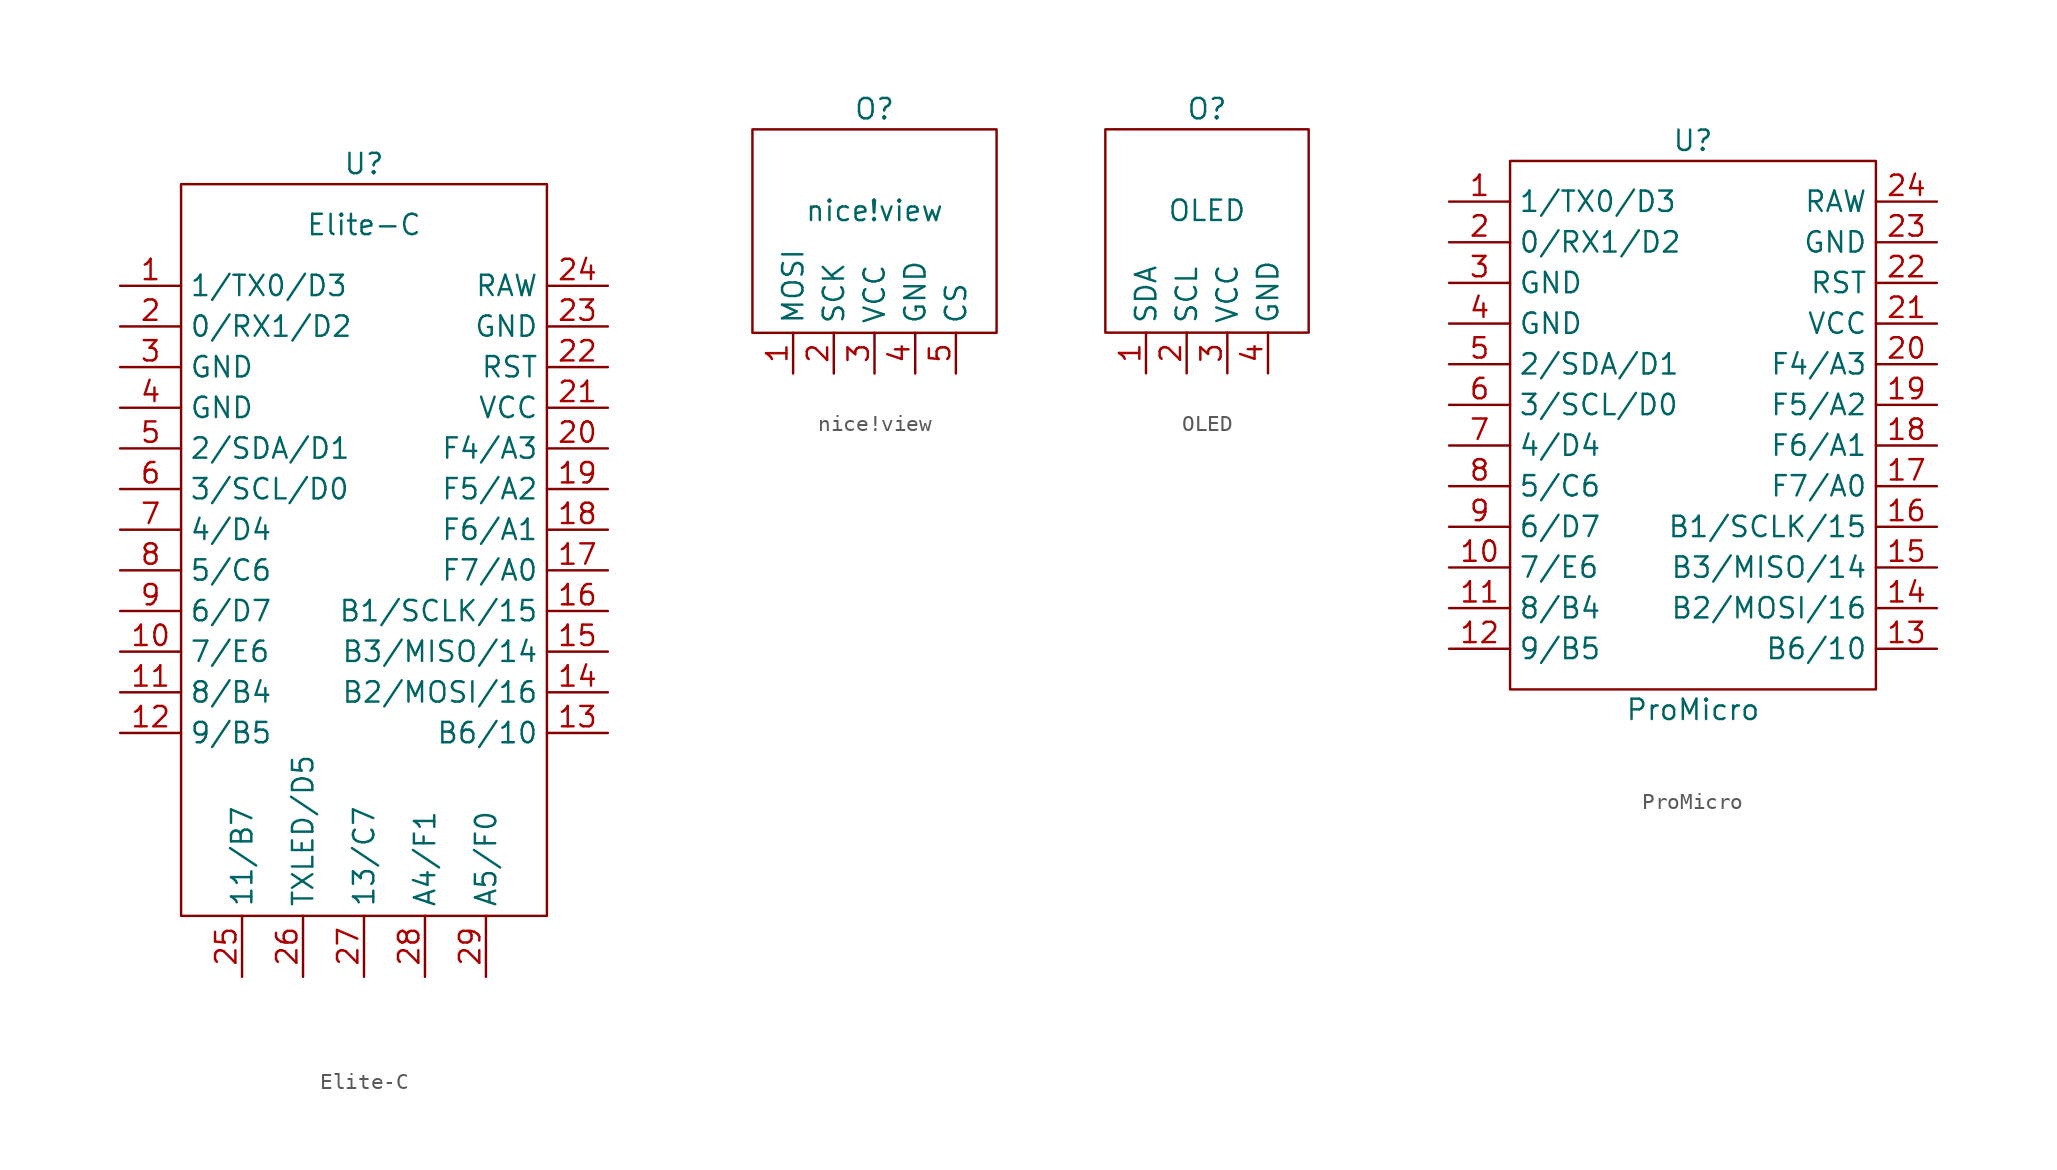
<source format=kicad_sym>
(kicad_symbol_lib
  (version 20211014)
  (generator kicad_symbol_editor)
  (symbol "Elite-C"
    (property "Reference" "U"
      (at 0 21.59 0)
      (effects (font (size 1.27 1.27))))
    (property "Value" "Elite-C"
      (at 0 17.78 0)
      (effects (font (size 1.27 1.27))))
    (symbol "Elite-C_0_1"
      (rectangle (start -11.43 20.32) (end 11.43 -25.4) (stroke (width 0) (type default) (color 0 0 0 0)) (fill (type none))))
    (symbol "Elite-C_1_1"
      (pin bidirectional line (at -15.24 13.97 0) (length 3.81) (name "1/TX0/D3" (effects (font (size 1.27 1.27)))) (number "1" (effects (font (size 1.27 1.27)))))
      (pin bidirectional line (at -15.24 -8.89 0) (length 3.81) (name "7/E6" (effects (font (size 1.27 1.27)))) (number "10" (effects (font (size 1.27 1.27)))))
      (pin bidirectional line (at -15.24 -11.43 0) (length 3.81) (name "8/B4" (effects (font (size 1.27 1.27)))) (number "11" (effects (font (size 1.27 1.27)))))
      (pin bidirectional line (at -15.24 -13.97 0) (length 3.81) (name "9/B5" (effects (font (size 1.27 1.27)))) (number "12" (effects (font (size 1.27 1.27)))))
      (pin bidirectional line (at 15.24 -13.97 180) (length 3.81) (name "B6/10" (effects (font (size 1.27 1.27)))) (number "13" (effects (font (size 1.27 1.27)))))
      (pin bidirectional line (at 15.24 -11.43 180) (length 3.81) (name "B2/MOSI/16" (effects (font (size 1.27 1.27)))) (number "14" (effects (font (size 1.27 1.27)))))
      (pin bidirectional line (at 15.24 -8.89 180) (length 3.81) (name "B3/MISO/14" (effects (font (size 1.27 1.27)))) (number "15" (effects (font (size 1.27 1.27)))))
      (pin bidirectional line (at 15.24 -6.35 180) (length 3.81) (name "B1/SCLK/15" (effects (font (size 1.27 1.27)))) (number "16" (effects (font (size 1.27 1.27)))))
      (pin bidirectional line (at 15.24 -3.81 180) (length 3.81) (name "F7/A0" (effects (font (size 1.27 1.27)))) (number "17" (effects (font (size 1.27 1.27)))))
      (pin bidirectional line (at 15.24 -1.27 180) (length 3.81) (name "F6/A1" (effects (font (size 1.27 1.27)))) (number "18" (effects (font (size 1.27 1.27)))))
      (pin bidirectional line (at 15.24 1.27 180) (length 3.81) (name "F5/A2" (effects (font (size 1.27 1.27)))) (number "19" (effects (font (size 1.27 1.27)))))
      (pin bidirectional line (at -15.24 11.43 0) (length 3.81) (name "0/RX1/D2" (effects (font (size 1.27 1.27)))) (number "2" (effects (font (size 1.27 1.27)))))
      (pin bidirectional line (at 15.24 3.81 180) (length 3.81) (name "F4/A3" (effects (font (size 1.27 1.27)))) (number "20" (effects (font (size 1.27 1.27)))))
      (pin power_in line (at 15.24 6.35 180) (length 3.81) (name "VCC" (effects (font (size 1.27 1.27)))) (number "21" (effects (font (size 1.27 1.27)))))
      (pin input line (at 15.24 8.89 180) (length 3.81) (name "RST" (effects (font (size 1.27 1.27)))) (number "22" (effects (font (size 1.27 1.27)))))
      (pin power_in line (at 15.24 11.43 180) (length 3.81) (name "GND" (effects (font (size 1.27 1.27)))) (number "23" (effects (font (size 1.27 1.27)))))
      (pin power_out line (at 15.24 13.97 180) (length 3.81) (name "RAW" (effects (font (size 1.27 1.27)))) (number "24" (effects (font (size 1.27 1.27)))))
      (pin bidirectional line (at -7.62 -29.21 90) (length 3.81) (name "11/B7" (effects (font (size 1.27 1.27)))) (number "25" (effects (font (size 1.27 1.27)))))
      (pin bidirectional line (at -3.81 -29.21 90) (length 3.81) (name "TXLED/D5" (effects (font (size 1.27 1.27)))) (number "26" (effects (font (size 1.27 1.27)))))
      (pin bidirectional line (at 0 -29.21 90) (length 3.81) (name "13/C7" (effects (font (size 1.27 1.27)))) (number "27" (effects (font (size 1.27 1.27)))))
      (pin bidirectional line (at 3.81 -29.21 90) (length 3.81) (name "A4/F1" (effects (font (size 1.27 1.27)))) (number "28" (effects (font (size 1.27 1.27)))))
      (pin bidirectional line (at 7.62 -29.21 90) (length 3.81) (name "A5/F0" (effects (font (size 1.27 1.27)))) (number "29" (effects (font (size 1.27 1.27)))))
      (pin power_in line (at -15.24 8.89 0) (length 3.81) (name "GND" (effects (font (size 1.27 1.27)))) (number "3" (effects (font (size 1.27 1.27)))))
      (pin power_in line (at -15.24 6.35 0) (length 3.81) (name "GND" (effects (font (size 1.27 1.27)))) (number "4" (effects (font (size 1.27 1.27)))))
      (pin bidirectional line (at -15.24 3.81 0) (length 3.81) (name "2/SDA/D1" (effects (font (size 1.27 1.27)))) (number "5" (effects (font (size 1.27 1.27)))))
      (pin bidirectional line (at -15.24 1.27 0) (length 3.81) (name "3/SCL/D0" (effects (font (size 1.27 1.27)))) (number "6" (effects (font (size 1.27 1.27)))))
      (pin bidirectional line (at -15.24 -1.27 0) (length 3.81) (name "4/D4" (effects (font (size 1.27 1.27)))) (number "7" (effects (font (size 1.27 1.27)))))
      (pin bidirectional line (at -15.24 -3.81 0) (length 3.81) (name "5/C6" (effects (font (size 1.27 1.27)))) (number "8" (effects (font (size 1.27 1.27)))))
      (pin bidirectional line (at -15.24 -6.35 0) (length 3.81) (name "6/D7" (effects (font (size 1.27 1.27)))) (number "9" (effects (font (size 1.27 1.27)))))))
  (symbol "nice!view"
    (property "Reference" "O"
      (at 0 7.62 0)
      (effects (font (size 1.27 1.27))))
    (property "Value" "nice!view"
      (at 0 1.27 0)
      (effects (font (size 1.27 1.27))))
    (symbol "nice!view_0_1"
      (rectangle (start -7.62 -6.35) (end 7.62 6.35) (stroke (width 0) (type default) (color 0 0 0 0)) (fill (type none))))
    (symbol "nice!view_1_1"
      (pin bidirectional line (at -5.08 -8.89 90) (length 2.54) (name "MOSI" (effects (font (size 1.27 1.27)))) (number "1" (effects (font (size 1.27 1.27)))))
      (pin bidirectional line (at -2.54 -8.89 90) (length 2.54) (name "SCK" (effects (font (size 1.27 1.27)))) (number "2" (effects (font (size 1.27 1.27)))))
      (pin power_in line (at 0 -8.89 90) (length 2.54) (name "VCC" (effects (font (size 1.27 1.27)))) (number "3" (effects (font (size 1.27 1.27)))))
      (pin power_in line (at 2.54 -8.89 90) (length 2.54) (name "GND" (effects (font (size 1.27 1.27)))) (number "4" (effects (font (size 1.27 1.27)))))
      (pin bidirectional line (at 5.08 -8.89 90) (length 2.54) (name "CS" (effects (font (size 1.27 1.27)))) (number "5" (effects (font (size 1.27 1.27)))))))
  (symbol "OLED"
    (property "Reference" "O"
      (at 0 7.62 0)
      (effects (font (size 1.27 1.27))))
    (property "Value" "OLED"
      (at 0 1.27 0)
      (effects (font (size 1.27 1.27))))
    (symbol "OLED_0_1"
      (rectangle (start -6.35 -6.35) (end 6.35 6.35) (stroke (width 0) (type default) (color 0 0 0 0)) (fill (type none))))
    (symbol "OLED_1_1"
      (pin bidirectional line (at -3.81 -8.89 90) (length 2.54) (name "SDA" (effects (font (size 1.27 1.27)))) (number "1" (effects (font (size 1.27 1.27)))))
      (pin bidirectional line (at -1.27 -8.89 90) (length 2.54) (name "SCL" (effects (font (size 1.27 1.27)))) (number "2" (effects (font (size 1.27 1.27)))))
      (pin power_in line (at 1.27 -8.89 90) (length 2.54) (name "VCC" (effects (font (size 1.27 1.27)))) (number "3" (effects (font (size 1.27 1.27)))))
      (pin power_in line (at 3.81 -8.89 90) (length 2.54) (name "GND" (effects (font (size 1.27 1.27)))) (number "4" (effects (font (size 1.27 1.27)))))))
  (symbol "ProMicro"
    (property "Reference" "U"
      (at 0 17.78 0)
      (effects (font (size 1.27 1.27))))
    (property "Value" "ProMicro"
      (at 0 -17.78 0)
      (effects (font (size 1.27 1.27))))
    (symbol "ProMicro_0_1"
      (rectangle (start -11.43 16.51) (end 11.43 -16.51) (stroke (width 0) (type default) (color 0 0 0 0)) (fill (type none))))
    (symbol "ProMicro_1_1"
      (pin bidirectional line (at -15.24 13.97 0) (length 3.81) (name "1/TX0/D3" (effects (font (size 1.27 1.27)))) (number "1" (effects (font (size 1.27 1.27)))))
      (pin bidirectional line (at -15.24 -8.89 0) (length 3.81) (name "7/E6" (effects (font (size 1.27 1.27)))) (number "10" (effects (font (size 1.27 1.27)))))
      (pin bidirectional line (at -15.24 -11.43 0) (length 3.81) (name "8/B4" (effects (font (size 1.27 1.27)))) (number "11" (effects (font (size 1.27 1.27)))))
      (pin bidirectional line (at -15.24 -13.97 0) (length 3.81) (name "9/B5" (effects (font (size 1.27 1.27)))) (number "12" (effects (font (size 1.27 1.27)))))
      (pin bidirectional line (at 15.24 -13.97 180) (length 3.81) (name "B6/10" (effects (font (size 1.27 1.27)))) (number "13" (effects (font (size 1.27 1.27)))))
      (pin bidirectional line (at 15.24 -11.43 180) (length 3.81) (name "B2/MOSI/16" (effects (font (size 1.27 1.27)))) (number "14" (effects (font (size 1.27 1.27)))))
      (pin bidirectional line (at 15.24 -8.89 180) (length 3.81) (name "B3/MISO/14" (effects (font (size 1.27 1.27)))) (number "15" (effects (font (size 1.27 1.27)))))
      (pin bidirectional line (at 15.24 -6.35 180) (length 3.81) (name "B1/SCLK/15" (effects (font (size 1.27 1.27)))) (number "16" (effects (font (size 1.27 1.27)))))
      (pin bidirectional line (at 15.24 -3.81 180) (length 3.81) (name "F7/A0" (effects (font (size 1.27 1.27)))) (number "17" (effects (font (size 1.27 1.27)))))
      (pin bidirectional line (at 15.24 -1.27 180) (length 3.81) (name "F6/A1" (effects (font (size 1.27 1.27)))) (number "18" (effects (font (size 1.27 1.27)))))
      (pin bidirectional line (at 15.24 1.27 180) (length 3.81) (name "F5/A2" (effects (font (size 1.27 1.27)))) (number "19" (effects (font (size 1.27 1.27)))))
      (pin bidirectional line (at -15.24 11.43 0) (length 3.81) (name "0/RX1/D2" (effects (font (size 1.27 1.27)))) (number "2" (effects (font (size 1.27 1.27)))))
      (pin bidirectional line (at 15.24 3.81 180) (length 3.81) (name "F4/A3" (effects (font (size 1.27 1.27)))) (number "20" (effects (font (size 1.27 1.27)))))
      (pin power_in line (at 15.24 6.35 180) (length 3.81) (name "VCC" (effects (font (size 1.27 1.27)))) (number "21" (effects (font (size 1.27 1.27)))))
      (pin input line (at 15.24 8.89 180) (length 3.81) (name "RST" (effects (font (size 1.27 1.27)))) (number "22" (effects (font (size 1.27 1.27)))))
      (pin power_in line (at 15.24 11.43 180) (length 3.81) (name "GND" (effects (font (size 1.27 1.27)))) (number "23" (effects (font (size 1.27 1.27)))))
      (pin power_out line (at 15.24 13.97 180) (length 3.81) (name "RAW" (effects (font (size 1.27 1.27)))) (number "24" (effects (font (size 1.27 1.27)))))
      (pin power_in line (at -15.24 8.89 0) (length 3.81) (name "GND" (effects (font (size 1.27 1.27)))) (number "3" (effects (font (size 1.27 1.27)))))
      (pin power_in line (at -15.24 6.35 0) (length 3.81) (name "GND" (effects (font (size 1.27 1.27)))) (number "4" (effects (font (size 1.27 1.27)))))
      (pin bidirectional line (at -15.24 3.81 0) (length 3.81) (name "2/SDA/D1" (effects (font (size 1.27 1.27)))) (number "5" (effects (font (size 1.27 1.27)))))
      (pin bidirectional line (at -15.24 1.27 0) (length 3.81) (name "3/SCL/D0" (effects (font (size 1.27 1.27)))) (number "6" (effects (font (size 1.27 1.27)))))
      (pin bidirectional line (at -15.24 -1.27 0) (length 3.81) (name "4/D4" (effects (font (size 1.27 1.27)))) (number "7" (effects (font (size 1.27 1.27)))))
      (pin bidirectional line (at -15.24 -3.81 0) (length 3.81) (name "5/C6" (effects (font (size 1.27 1.27)))) (number "8" (effects (font (size 1.27 1.27)))))
      (pin bidirectional line (at -15.24 -6.35 0) (length 3.81) (name "6/D7" (effects (font (size 1.27 1.27)))) (number "9" (effects (font (size 1.27 1.27))))))))
</source>
